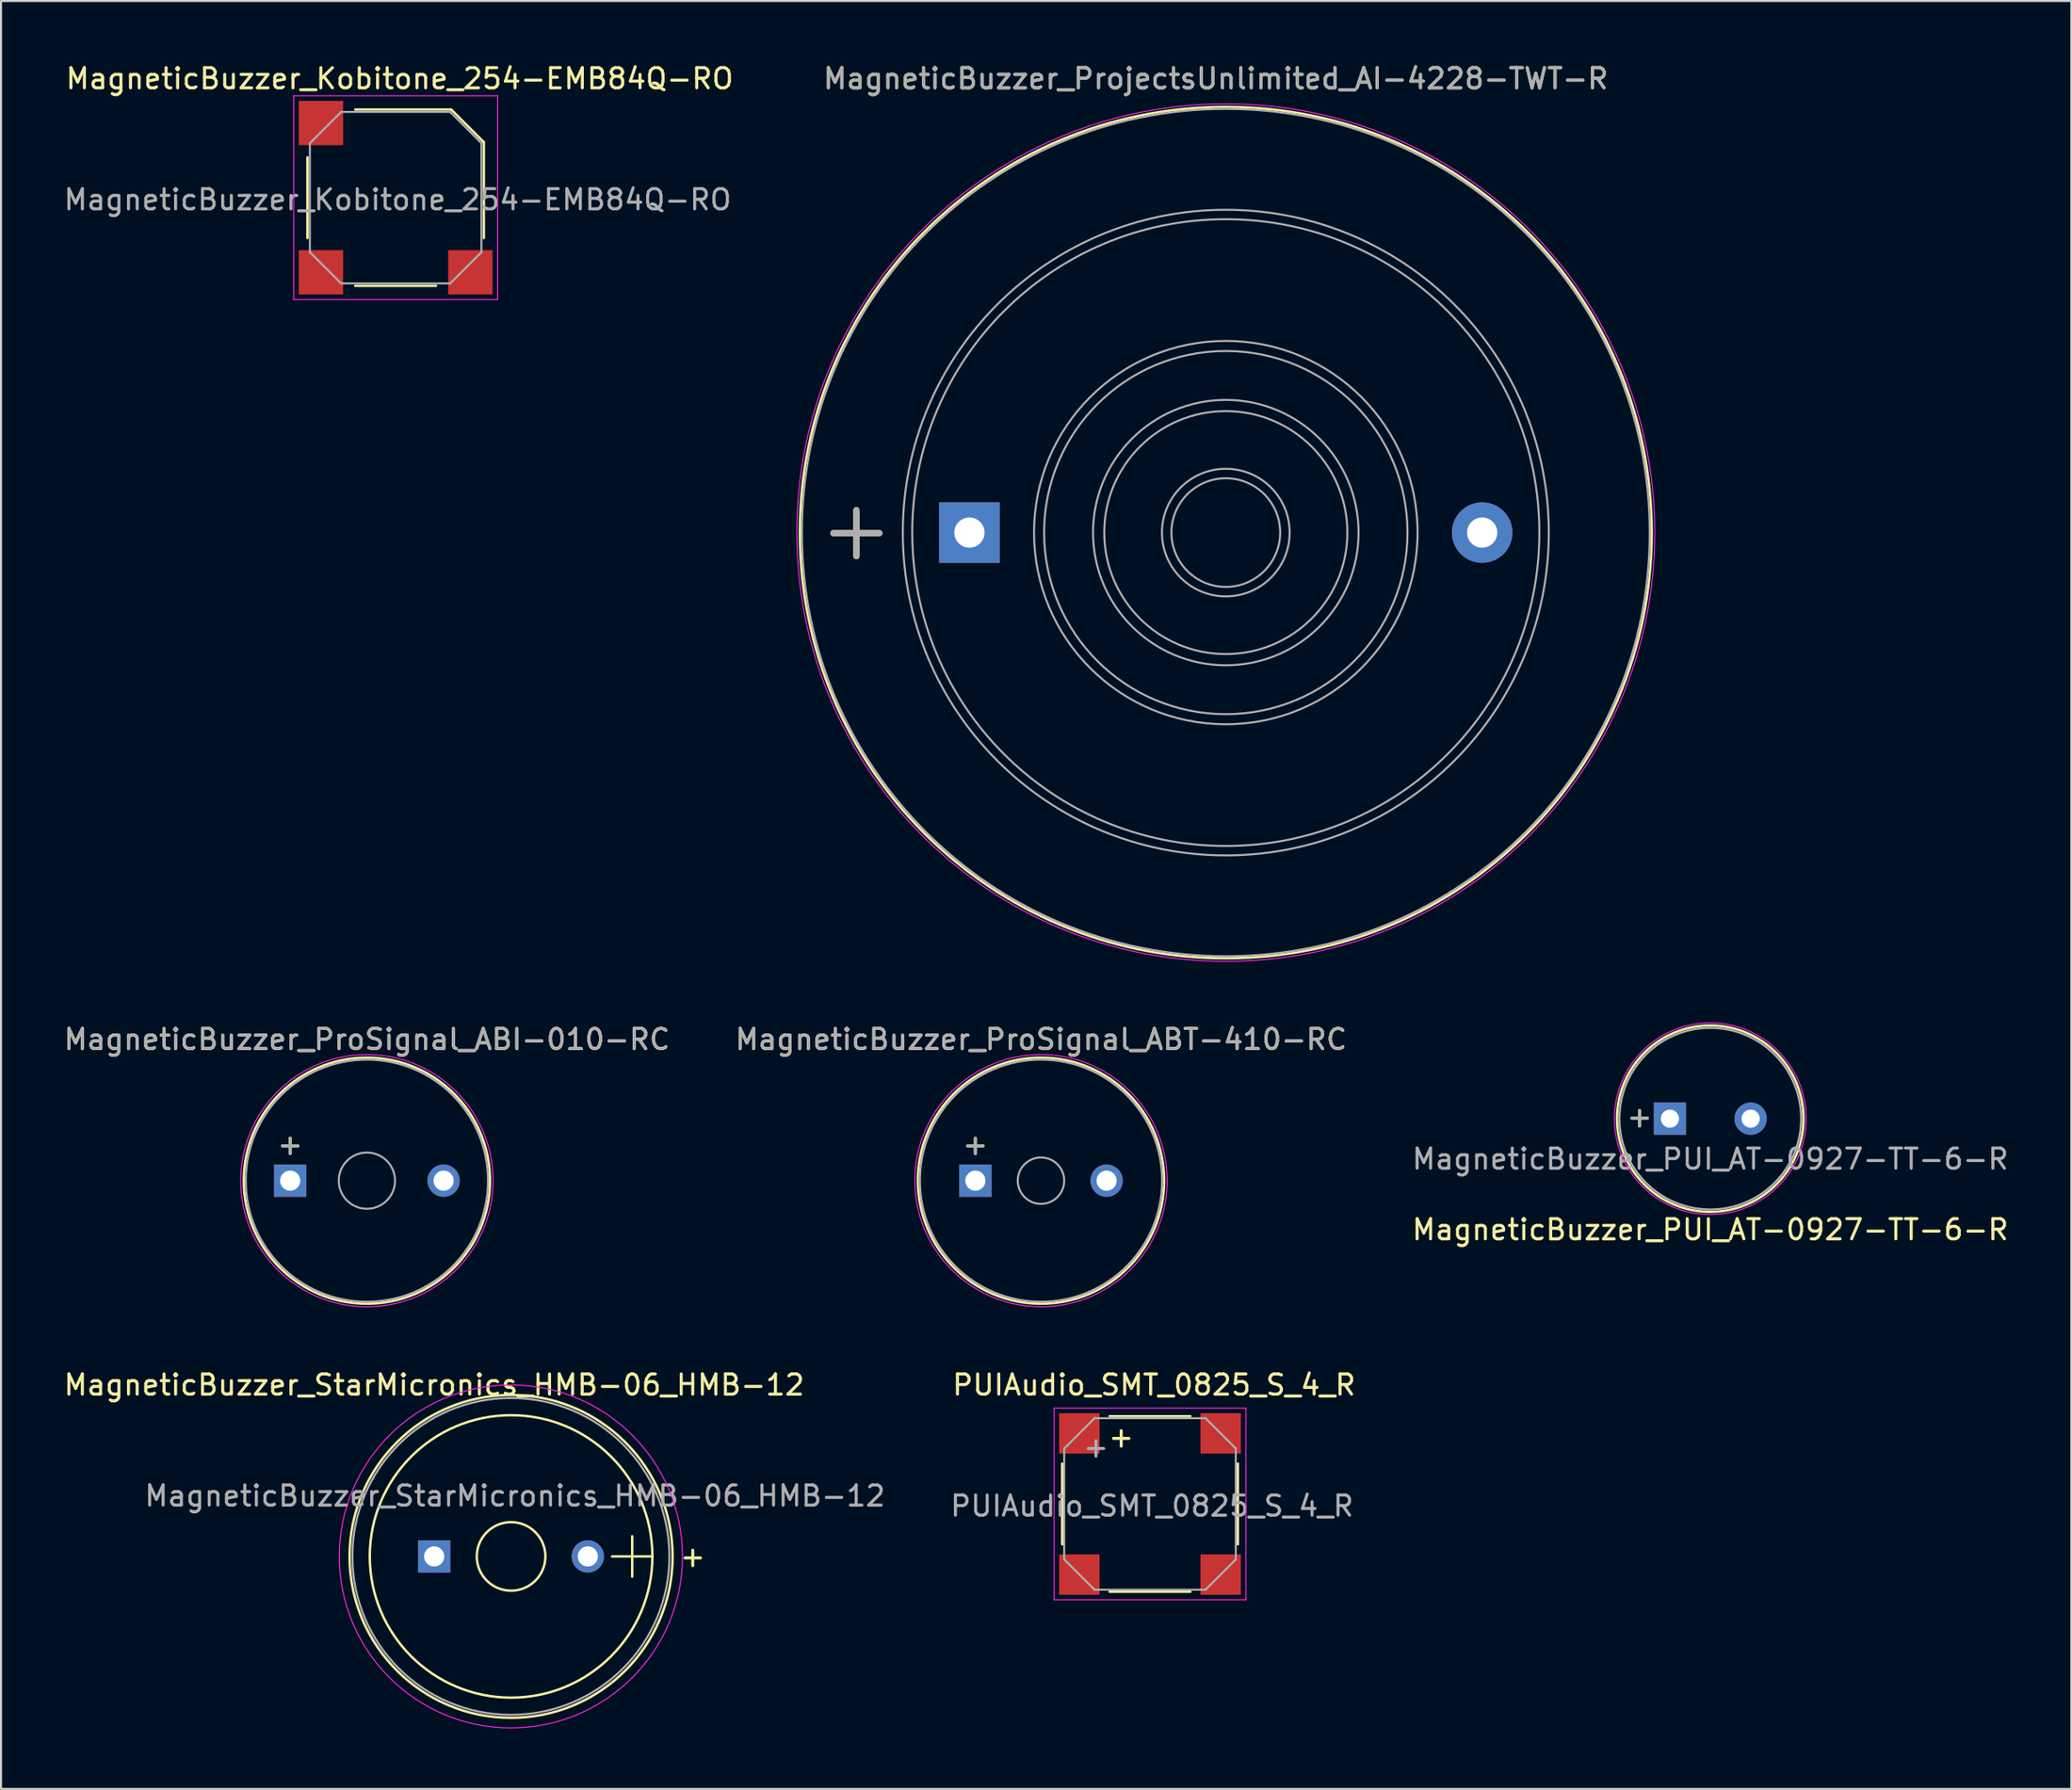
<source format=kicad_pcb>
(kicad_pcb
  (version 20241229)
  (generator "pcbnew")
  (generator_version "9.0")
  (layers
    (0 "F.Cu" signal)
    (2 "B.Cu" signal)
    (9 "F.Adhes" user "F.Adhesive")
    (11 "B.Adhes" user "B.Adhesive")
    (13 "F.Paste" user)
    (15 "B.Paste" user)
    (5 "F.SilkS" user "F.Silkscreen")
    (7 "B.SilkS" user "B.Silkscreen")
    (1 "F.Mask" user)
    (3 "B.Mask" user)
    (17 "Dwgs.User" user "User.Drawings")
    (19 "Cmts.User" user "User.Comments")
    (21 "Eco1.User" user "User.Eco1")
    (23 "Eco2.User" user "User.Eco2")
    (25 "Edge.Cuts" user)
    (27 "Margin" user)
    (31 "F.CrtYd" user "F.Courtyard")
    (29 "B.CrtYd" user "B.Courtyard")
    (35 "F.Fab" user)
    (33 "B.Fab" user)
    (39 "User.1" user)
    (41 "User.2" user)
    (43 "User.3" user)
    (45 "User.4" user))
  (footprint "MagneticBuzzer_ProSignal_ABI-010-RC"
    (layer "F.Cu")
    (at 11.325 55.471)
    (property "Reference" "MagneticBuzzer_ProSignal_ABI-010-RC" (at 3.8 -7 0) (layer "F.SilkS") (effects (font (size 1 1) (thickness 0.15))))
    (attr through_hole)
    (fp_circle (center 3.8 0) (end 9.9 0) (stroke (width 0.12) (type solid)) (fill no) (layer "F.SilkS"))
    (fp_circle (center 3.8 0) (end 10.05 0) (stroke (width 0.05) (type solid)) (fill no) (layer "F.CrtYd"))
    (fp_circle (center 3.8 0) (end 5.1 0.5) (stroke (width 0.1) (type solid)) (fill no) (layer "F.Fab"))
    (fp_circle (center 3.8 0) (end 9.8 0) (stroke (width 0.1) (type solid)) (fill no) (layer "F.Fab"))
    (fp_text user "+" (at 0 -1.8 0) (layer "F.SilkS") (effects (font (size 1 1) (thickness 0.15))))
    (fp_text user "${REFERENCE}" (at 3.8 -7 0) (layer "F.Fab") (effects (font (size 1 1) (thickness 0.15))))
    (fp_text user "+" (at 0 -1.8 0) (layer "F.Fab") (effects (font (size 1 1) (thickness 0.15))))
    (pad "1" thru_hole rect (at 0 0) (size 1.6 1.6) (drill 1) (layers "*.Cu" "*.Mask"))
    (pad "2" thru_hole circle (at 7.6 0) (size 1.6 1.6) (drill 1) (layers "*.Cu" "*.Mask")))
  (footprint "MagneticBuzzer_ProjectsUnlimited_AI-4228-TWT-R"
    (layer "F.Cu")
    (at 44.973 23.348)
    (property "Reference" "MagneticBuzzer_ProjectsUnlimited_AI-4228-TWT-R" (at 12.2 -22.5 0) (layer "F.SilkS") (effects (font (size 1 1) (thickness 0.15))))
    (attr through_hole)
    (fp_circle (center 12.7 0) (end 33.8 0) (stroke (width 0.12) (type solid)) (fill no) (layer "F.SilkS"))
    (fp_circle (center 12.7 0) (end 33.95 0) (stroke (width 0.05) (type solid)) (fill no) (layer "F.CrtYd"))
    (fp_circle (center 12.7 0) (end 15.2 1) (stroke (width 0.1) (type solid)) (fill no) (layer "F.Fab"))
    (fp_circle (center 12.7 0) (end 15.7 1) (stroke (width 0.1) (type solid)) (fill no) (layer "F.Fab"))
    (fp_circle (center 12.7 0) (end 18.7 0.5) (stroke (width 0.1) (type solid)) (fill no) (layer "F.Fab"))
    (fp_circle (center 12.7 0) (end 19.2 1) (stroke (width 0.1) (type solid)) (fill no) (layer "F.Fab"))
    (fp_circle (center 12.7 0) (end 21.7 0) (stroke (width 0.1) (type solid)) (fill no) (layer "F.Fab"))
    (fp_circle (center 12.7 0) (end 22.2 0) (stroke (width 0.1) (type solid)) (fill no) (layer "F.Fab"))
    (fp_circle (center 12.7 0) (end 28.2 1) (stroke (width 0.1) (type solid)) (fill no) (layer "F.Fab"))
    (fp_circle (center 12.7 0) (end 28.7 0) (stroke (width 0.1) (type solid)) (fill no) (layer "F.Fab"))
    (fp_circle (center 12.7 0) (end 33.7 0) (stroke (width 0.1) (type solid)) (fill no) (layer "F.Fab"))
    (fp_text user "+" (at -5.6 -0.2 0) (layer "F.SilkS") (effects (font (size 3 3) (thickness 0.3))))
    (fp_text user "${REFERENCE}" (at 12.2 -22.5 0) (layer "F.Fab") (effects (font (size 1 1) (thickness 0.15))))
    (fp_text user "+" (at -5.6 -0.2 0) (layer "F.Fab") (effects (font (size 3 3) (thickness 0.3))))
    (pad "1" thru_hole rect (at 0 0) (size 3 3) (drill 1.5) (layers "*.Cu" "*.Mask"))
    (pad "2" thru_hole circle (at 25.4 0) (size 3 3) (drill 1.5) (layers "*.Cu" "*.Mask")))
  (footprint "MagneticBuzzer_Kobitone_254-EMB84Q-RO"
    (layer "F.Cu")
    (at 16.549 6.748)
    (property "Reference" "MagneticBuzzer_Kobitone_254-EMB84Q-RO" (at 0.2 -5.9 0) (layer "F.SilkS") (effects (font (size 1 1) (thickness 0.15))))
    (attr smd)
    (fp_line (start -4.37 -2) (end -4.37 2) (stroke (width 0.12) (type solid)) (layer "F.SilkS"))
    (fp_line (start -2 4.37) (end 2 4.37) (stroke (width 0.12) (type solid)) (layer "F.SilkS"))
    (fp_line (start 2.75 -4.37) (end -2 -4.37) (stroke (width 0.12) (type solid)) (layer "F.SilkS"))
    (fp_line (start 2.75 -4.37) (end 4.37 -2.75) (stroke (width 0.12) (type solid)) (layer "F.SilkS"))
    (fp_line (start 4.37 2) (end 4.37 -2.75) (stroke (width 0.12) (type solid)) (layer "F.SilkS"))
    (fp_line (start -5.05 -5.05) (end 5.05 -5.05) (stroke (width 0.05) (type solid)) (layer "F.CrtYd"))
    (fp_line (start -5.05 5.05) (end -5.05 -5.05) (stroke (width 0.05) (type solid)) (layer "F.CrtYd"))
    (fp_line (start 5.05 -5.05) (end 5.05 5.05) (stroke (width 0.05) (type solid)) (layer "F.CrtYd"))
    (fp_line (start 5.05 5.05) (end -5.05 5.05) (stroke (width 0.05) (type solid)) (layer "F.CrtYd"))
    (fp_line (start -4.25 -2.7) (end -2.7 -4.25) (stroke (width 0.1) (type solid)) (layer "F.Fab"))
    (fp_line (start -4.25 2.7) (end -4.25 -2.7) (stroke (width 0.1) (type solid)) (layer "F.Fab"))
    (fp_line (start -2.7 -4.25) (end 2.7 -4.25) (stroke (width 0.1) (type solid)) (layer "F.Fab"))
    (fp_line (start -2.7 4.25) (end -4.25 2.7) (stroke (width 0.1) (type solid)) (layer "F.Fab"))
    (fp_line (start 2.7 -4.25) (end 4.25 -2.7) (stroke (width 0.1) (type solid)) (layer "F.Fab"))
    (fp_line (start 2.7 4.25) (end -2.7 4.25) (stroke (width 0.1) (type solid)) (layer "F.Fab"))
    (fp_line (start 4.25 -2.7) (end 4.25 2.7) (stroke (width 0.1) (type solid)) (layer "F.Fab"))
    (fp_line (start 4.25 2.7) (end 2.7 4.25) (stroke (width 0.1) (type solid)) (layer "F.Fab"))
    (fp_text user "${REFERENCE}" (at 0.1 0.1 0) (layer "F.Fab") (effects (font (size 1 1) (thickness 0.15))))
    (pad "1" smd rect (at -3.7 -3.7 270) (size 2.195 2.195) (layers "F.Cu" "F.Mask" "F.Paste"))
    (pad "2" smd rect (at -3.7 3.7 270) (size 2.195 2.195) (layers "F.Cu" "F.Mask" "F.Paste"))
    (pad "3" smd rect (at 3.7 3.7 270) (size 2.195 2.195) (layers "F.Cu" "F.Mask" "F.Paste")))
  (footprint "MagneticBuzzer_ProSignal_ABT-410-RC"
    (layer "F.Cu")
    (at 45.268 55.471)
    (property "Reference" "MagneticBuzzer_ProSignal_ABT-410-RC" (at 3.25 -7 0) (layer "F.SilkS") (effects (font (size 1 1) (thickness 0.15))))
    (attr through_hole)
    (fp_circle (center 3.25 0) (end 9.35 0) (stroke (width 0.12) (type solid)) (fill no) (layer "F.SilkS"))
    (fp_circle (center 3.25 0) (end 9.5 0) (stroke (width 0.05) (type solid)) (fill no) (layer "F.CrtYd"))
    (fp_circle (center 3.25 0) (end 4.4 0) (stroke (width 0.1) (type solid)) (fill no) (layer "F.Fab"))
    (fp_circle (center 3.25 0) (end 9.25 0) (stroke (width 0.1) (type solid)) (fill no) (layer "F.Fab"))
    (fp_text user "+" (at 0 -1.8 0) (layer "F.SilkS") (effects (font (size 1 1) (thickness 0.15))))
    (fp_text user "+" (at 0 -1.8 0) (layer "F.Fab") (effects (font (size 1 1) (thickness 0.15))))
    (fp_text user "${REFERENCE}" (at 3.25 -7 0) (layer "F.Fab") (effects (font (size 1 1) (thickness 0.15))))
    (pad "1" thru_hole rect (at 0 0) (size 1.6 1.6) (drill 1) (layers "*.Cu" "*.Mask"))
    (pad "2" thru_hole circle (at 6.5 0) (size 1.6 1.6) (drill 1) (layers "*.Cu" "*.Mask")))
  (footprint "PUIAudio_SMT_0825_S_4_R"
    (layer "F.Cu")
    (at 53.918 71.495)
    (property "Reference" "PUIAudio_SMT_0825_S_4_R" (at 0.2 -5.9 0) (layer "F.SilkS") (effects (font (size 1 1) (thickness 0.15))))
    (attr smd)
    (fp_line (start -4.35 -2) (end -4.35 2) (stroke (width 0.12) (type solid)) (layer "F.SilkS"))
    (fp_line (start -2 4.35) (end 2 4.35) (stroke (width 0.12) (type solid)) (layer "F.SilkS"))
    (fp_line (start 2 -4.35) (end -2 -4.35) (stroke (width 0.12) (type solid)) (layer "F.SilkS"))
    (fp_line (start 4.35 2) (end 4.35 -2) (stroke (width 0.12) (type solid)) (layer "F.SilkS"))
    (fp_line (start -4.75 -4.75) (end 4.75 -4.75) (stroke (width 0.05) (type solid)) (layer "F.CrtYd"))
    (fp_line (start -4.75 4.75) (end -4.75 -4.75) (stroke (width 0.05) (type solid)) (layer "F.CrtYd"))
    (fp_line (start 4.75 -4.75) (end 4.75 4.75) (stroke (width 0.05) (type solid)) (layer "F.CrtYd"))
    (fp_line (start 4.75 4.75) (end -4.75 4.75) (stroke (width 0.05) (type solid)) (layer "F.CrtYd"))
    (fp_line (start -4.25 -2.75) (end -2.75 -4.25) (stroke (width 0.1) (type solid)) (layer "F.Fab"))
    (fp_line (start -4.25 2.75) (end -4.25 -2.75) (stroke (width 0.1) (type solid)) (layer "F.Fab"))
    (fp_line (start -2.75 -4.25) (end 2.75 -4.25) (stroke (width 0.1) (type solid)) (layer "F.Fab"))
    (fp_line (start -2.75 4.25) (end -4.25 2.75) (stroke (width 0.1) (type solid)) (layer "F.Fab"))
    (fp_line (start 2.75 -4.25) (end 4.25 -2.75) (stroke (width 0.1) (type solid)) (layer "F.Fab"))
    (fp_line (start 2.75 4.25) (end -2.75 4.25) (stroke (width 0.1) (type solid)) (layer "F.Fab"))
    (fp_line (start 4.25 -2.75) (end 4.25 2.75) (stroke (width 0.1) (type solid)) (layer "F.Fab"))
    (fp_line (start 4.25 2.75) (end 2.75 4.25) (stroke (width 0.1) (type solid)) (layer "F.Fab"))
    (fp_text user "+" (at -1.5 -3.25 270) (layer "F.SilkS") (effects (font (size 1 1) (thickness 0.15))))
    (fp_text user "+" (at -2.75 -2.75 270) (layer "F.Fab") (effects (font (size 1 1) (thickness 0.15))))
    (fp_text user "${REFERENCE}" (at 0.1 0.1 0) (layer "F.Fab") (effects (font (size 1 1) (thickness 0.15))))
    (pad "1" smd rect (at -3.5 -3.5 270) (size 2 2) (layers "F.Cu" "F.Mask" "F.Paste"))
    (pad "2" smd rect (at -3.5 3.5 270) (size 2 2) (layers "F.Cu" "F.Mask" "F.Paste"))
    (pad "3" smd rect (at 3.5 3.5 270) (size 2 2) (layers "F.Cu" "F.Mask" "F.Paste"))
    (pad "4" smd rect (at 3.5 -3.5 270) (size 2 2) (layers "F.Cu" "F.Mask" "F.Paste")))
  (footprint "MagneticBuzzer_PUI_AT-0927-TT-6-R"
    (layer "F.Cu")
    (at 79.673 52.398)
    (property "Reference" "MagneticBuzzer_PUI_AT-0927-TT-6-R" (at 2 5.5 0) (layer "F.SilkS") (effects (font (size 1 1) (thickness 0.15))))
    (attr through_hole)
    (fp_circle (center 2 0) (end 6.62 0) (stroke (width 0.12) (type solid)) (fill no) (layer "F.SilkS"))
    (fp_circle (center 2 0) (end 6.75 0) (stroke (width 0.05) (type solid)) (fill no) (layer "F.CrtYd"))
    (fp_circle (center 2 0) (end 6.5 0) (stroke (width 0.1) (type solid)) (fill no) (layer "F.Fab"))
    (fp_text user "+" (at -1.5 -0.1 0) (layer "F.SilkS") (effects (font (size 1 1) (thickness 0.15))))
    (fp_text user "${REFERENCE}" (at 2 2 0) (layer "F.Fab") (effects (font (size 1 1) (thickness 0.15))))
    (fp_text user "+" (at -1.5 -0.1 0) (layer "F.Fab") (effects (font (size 1 1) (thickness 0.15))))
    (pad "1" thru_hole rect (at 0 0) (size 1.6 1.6) (drill 0.9) (layers "*.Cu" "*.Mask"))
    (pad "2" thru_hole circle (at 4 0) (size 1.6 1.6) (drill 0.9) (layers "*.Cu" "*.Mask")))
  (footprint "MagneticBuzzer_StarMicronics_HMB-06_HMB-12"
    (layer "F.Cu")
    (at 18.458 74.095)
    (property "Reference" "MagneticBuzzer_StarMicronics_HMB-06_HMB-12" (at 0 -8.5 0) (layer "F.SilkS") (effects (font (size 1 1) (thickness 0.15))))
    (attr through_hole)
    (fp_line (start 8.811 0) (end 10.81 0) (stroke (width 0.12) (type solid)) (layer "F.SilkS"))
    (fp_line (start 9.809 -1.001) (end 9.809 1.001) (stroke (width 0.12) (type solid)) (layer "F.SilkS"))
    (fp_circle (center 3.81 0) (end 5.509 0) (stroke (width 0.12) (type solid)) (fill no) (layer "F.SilkS"))
    (fp_circle (center 3.81 0) (end 10.81 0) (stroke (width 0.12) (type solid)) (fill no) (layer "F.SilkS"))
    (fp_circle (center 3.81 0) (end 11.811 0) (stroke (width 0.12) (type solid)) (fill no) (layer "F.SilkS"))
    (fp_circle (center 3.8 0) (end 12.3 0) (stroke (width 0.05) (type solid)) (fill no) (layer "F.CrtYd"))
    (fp_circle (center 3.8 0) (end 11.6 -0.9) (stroke (width 0.1) (type solid)) (fill no) (layer "F.Fab"))
    (fp_text user "+" (at 12.809 0 0) (layer "F.SilkS") (effects (font (size 1 1) (thickness 0.15))))
    (fp_text user "${REFERENCE}" (at 4 -3 0) (layer "F.Fab") (effects (font (size 1 1) (thickness 0.15))))
    (pad "1" thru_hole rect (at 0 0) (size 1.6 1.6) (drill 1.001) (layers "*.Cu" "*.Mask"))
    (pad "2" thru_hole circle (at 7.61 0) (size 1.6 1.6) (drill 1.001) (layers "*.Cu" "*.Mask")))
  (gr_rect
    (start -3 -3)
    (end 99.56 85.62)
    (stroke (width 0.1) (type default))
    (fill no)
    (layer "Edge.Cuts")))
</source>
